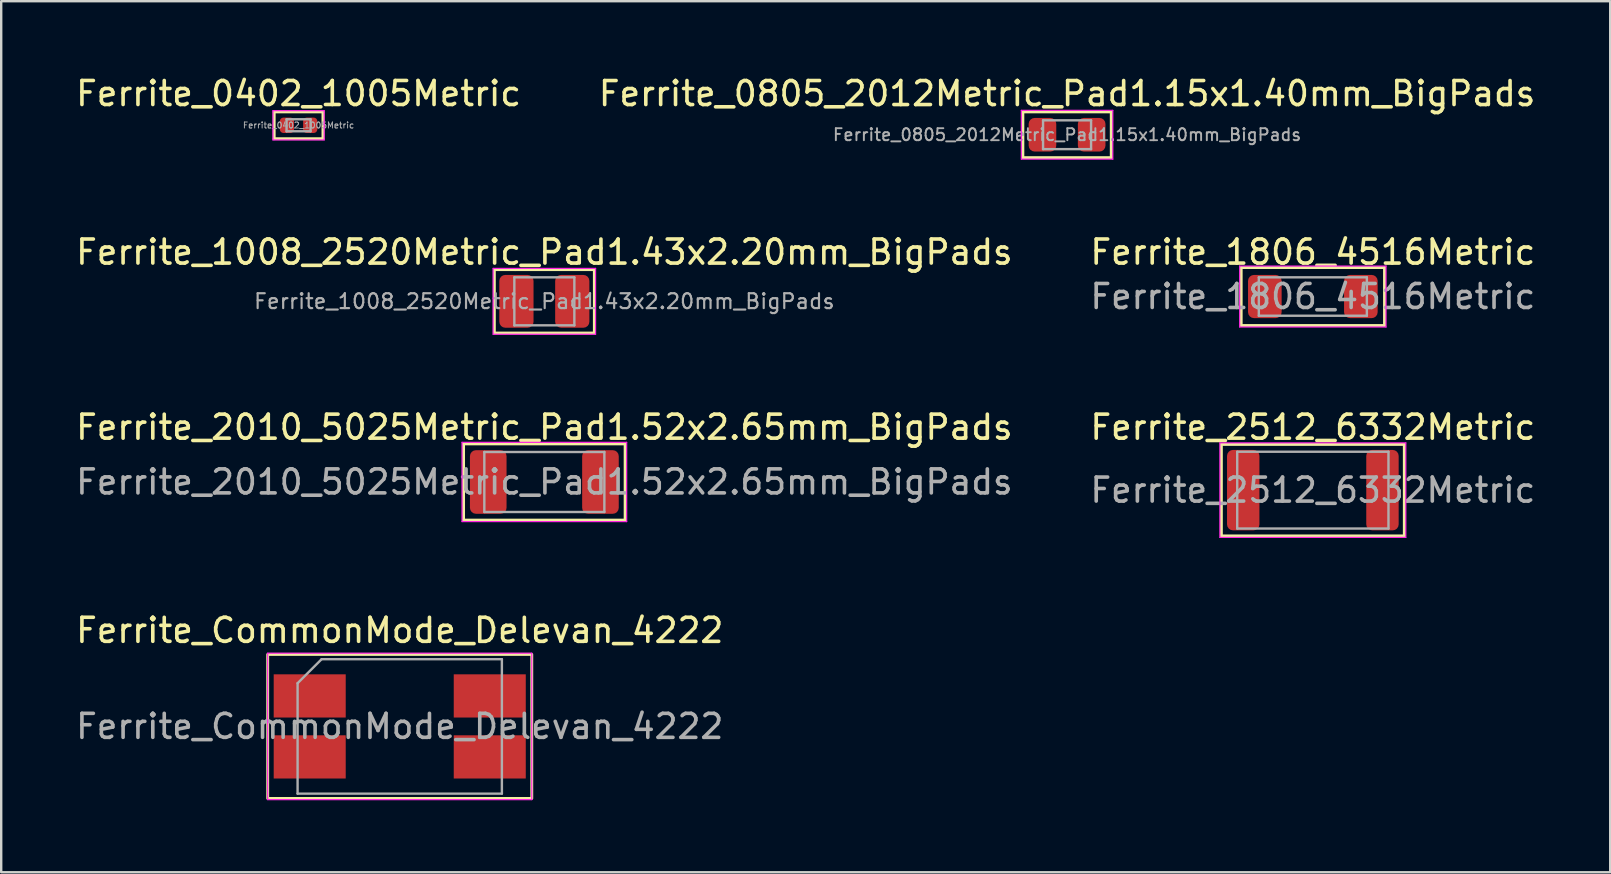
<source format=kicad_pcb>
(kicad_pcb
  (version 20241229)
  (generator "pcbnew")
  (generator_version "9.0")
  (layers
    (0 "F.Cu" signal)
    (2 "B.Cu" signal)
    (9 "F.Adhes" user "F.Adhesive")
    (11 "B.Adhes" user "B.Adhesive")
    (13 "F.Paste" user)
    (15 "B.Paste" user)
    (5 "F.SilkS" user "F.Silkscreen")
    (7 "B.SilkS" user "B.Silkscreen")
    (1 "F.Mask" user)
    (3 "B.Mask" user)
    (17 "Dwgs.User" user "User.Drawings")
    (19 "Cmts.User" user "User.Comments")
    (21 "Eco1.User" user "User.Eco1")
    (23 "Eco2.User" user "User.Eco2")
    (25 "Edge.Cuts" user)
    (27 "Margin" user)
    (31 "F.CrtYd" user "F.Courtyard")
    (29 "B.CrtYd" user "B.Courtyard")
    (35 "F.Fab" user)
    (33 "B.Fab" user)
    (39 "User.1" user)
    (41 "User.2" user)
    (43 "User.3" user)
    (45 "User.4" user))
  (footprint "Ferrite_1806_4516Metric"
    (layer "F.Cu")
    (at 51.637 9.302)
    (property "Reference" "Ferrite_1806_4516Metric" (at 0 -1.85 0) (layer "F.SilkS") (effects (font (size 1 1) (thickness 0.15))))
    (attr smd)
    (fp_line (start -2.985 -1.206) (end 2.985 -1.206) (stroke (width 0.12) (type solid)) (layer "F.SilkS"))
    (fp_line (start -2.985 1.206) (end -2.985 -1.206) (stroke (width 0.12) (type solid)) (layer "F.SilkS"))
    (fp_line (start 2.985 -1.206) (end 2.985 1.206) (stroke (width 0.12) (type solid)) (layer "F.SilkS"))
    (fp_line (start 2.985 1.206) (end -2.985 1.206) (stroke (width 0.12) (type solid)) (layer "F.SilkS"))
    (fp_line (start -3.048 -1.27) (end 3.048 -1.27) (stroke (width 0.05) (type solid)) (layer "F.CrtYd"))
    (fp_line (start -3.048 1.27) (end -3.048 -1.27) (stroke (width 0.05) (type solid)) (layer "F.CrtYd"))
    (fp_line (start 3.048 -1.27) (end 3.048 1.27) (stroke (width 0.05) (type solid)) (layer "F.CrtYd"))
    (fp_line (start 3.048 1.27) (end -3.048 1.27) (stroke (width 0.05) (type solid)) (layer "F.CrtYd"))
    (fp_line (start -2.25 -0.8) (end 2.25 -0.8) (stroke (width 0.1) (type solid)) (layer "F.Fab"))
    (fp_line (start -2.25 0.8) (end -2.25 -0.8) (stroke (width 0.1) (type solid)) (layer "F.Fab"))
    (fp_line (start 2.25 -0.8) (end 2.25 0.8) (stroke (width 0.1) (type solid)) (layer "F.Fab"))
    (fp_line (start 2.25 0.8) (end -2.25 0.8) (stroke (width 0.1) (type solid)) (layer "F.Fab"))
    (fp_text user "${REFERENCE}" (at 0 0 0) (layer "F.Fab") (effects (font (size 1 1) (thickness 0.15))))
    (pad "1" smd roundrect (at -2 0) (size 1.4 1.8) (layers "F.Cu" "F.Mask" "F.Paste") (roundrect_rratio 0.179))
    (pad "2" smd roundrect (at 2 0) (size 1.4 1.8) (layers "F.Cu" "F.Mask" "F.Paste") (roundrect_rratio 0.179)))
  (footprint "Ferrite_0805_2012Metric_Pad1.15x1.40mm_BigPads"
    (layer "F.Cu")
    (at 41.399 2.563)
    (property "Reference" "Ferrite_0805_2012Metric_Pad1.15x1.40mm_BigPads" (at 0 -1.714 0) (layer "F.SilkS") (effects (font (size 1 1) (thickness 0.15))))
    (attr smd)
    (fp_line (start -1.841 -0.953) (end 1.841 -0.953) (stroke (width 0.12) (type solid)) (layer "F.SilkS"))
    (fp_line (start -1.841 0.953) (end -1.841 -0.953) (stroke (width 0.12) (type solid)) (layer "F.SilkS"))
    (fp_line (start 1.841 -0.953) (end 1.841 0.953) (stroke (width 0.12) (type solid)) (layer "F.SilkS"))
    (fp_line (start 1.841 0.953) (end -1.841 0.953) (stroke (width 0.12) (type solid)) (layer "F.SilkS"))
    (fp_line (start -1.905 -1.016) (end 1.905 -1.016) (stroke (width 0.05) (type solid)) (layer "F.CrtYd"))
    (fp_line (start -1.905 1.016) (end -1.905 -1.016) (stroke (width 0.05) (type solid)) (layer "F.CrtYd"))
    (fp_line (start 1.905 -1.016) (end 1.905 1.016) (stroke (width 0.05) (type solid)) (layer "F.CrtYd"))
    (fp_line (start 1.905 1.016) (end -1.905 1.016) (stroke (width 0.05) (type solid)) (layer "F.CrtYd"))
    (fp_line (start -1 -0.6) (end 1 -0.6) (stroke (width 0.1) (type solid)) (layer "F.Fab"))
    (fp_line (start -1 0.6) (end -1 -0.6) (stroke (width 0.1) (type solid)) (layer "F.Fab"))
    (fp_line (start 1 -0.6) (end 1 0.6) (stroke (width 0.1) (type solid)) (layer "F.Fab"))
    (fp_line (start 1 0.6) (end -1 0.6) (stroke (width 0.1) (type solid)) (layer "F.Fab"))
    (fp_text user "${REFERENCE}" (at 0 0 0) (layer "F.Fab") (effects (font (size 0.5 0.5) (thickness 0.08))))
    (pad "1" smd roundrect (at -1.025 0) (size 1.15 1.4) (layers "F.Cu" "F.Mask" "F.Paste") (roundrect_rratio 0.217))
    (pad "2" smd roundrect (at 1.025 0) (size 1.15 1.4) (layers "F.Cu" "F.Mask" "F.Paste") (roundrect_rratio 0.217)))
  (footprint "Ferrite_0402_1005Metric"
    (layer "F.Cu")
    (at 9.387 2.169)
    (property "Reference" "Ferrite_0402_1005Metric" (at 0 -1.321 0) (layer "F.SilkS") (effects (font (size 1 1) (thickness 0.15))))
    (attr smd)
    (fp_line (start -1.016 -0.559) (end 1.016 -0.559) (stroke (width 0.12) (type solid)) (layer "F.SilkS"))
    (fp_line (start -1.016 0.559) (end -1.016 -0.559) (stroke (width 0.12) (type solid)) (layer "F.SilkS"))
    (fp_line (start 1.016 -0.559) (end 1.016 0.559) (stroke (width 0.12) (type solid)) (layer "F.SilkS"))
    (fp_line (start 1.016 0.559) (end -1.016 0.559) (stroke (width 0.12) (type solid)) (layer "F.SilkS"))
    (fp_line (start -1.067 -0.61) (end 1.067 -0.61) (stroke (width 0.05) (type solid)) (layer "F.CrtYd"))
    (fp_line (start -1.067 0.61) (end -1.067 -0.61) (stroke (width 0.05) (type solid)) (layer "F.CrtYd"))
    (fp_line (start 1.067 -0.61) (end 1.067 0.61) (stroke (width 0.05) (type solid)) (layer "F.CrtYd"))
    (fp_line (start 1.067 0.61) (end -1.067 0.61) (stroke (width 0.05) (type solid)) (layer "F.CrtYd"))
    (fp_line (start -0.5 -0.25) (end 0.5 -0.25) (stroke (width 0.1) (type solid)) (layer "F.Fab"))
    (fp_line (start -0.5 0.25) (end -0.5 -0.25) (stroke (width 0.1) (type solid)) (layer "F.Fab"))
    (fp_line (start 0.5 -0.25) (end 0.5 0.25) (stroke (width 0.1) (type solid)) (layer "F.Fab"))
    (fp_line (start 0.5 0.25) (end -0.5 0.25) (stroke (width 0.1) (type solid)) (layer "F.Fab"))
    (fp_text user "${REFERENCE}" (at 0 0 0) (layer "F.Fab") (effects (font (size 0.25 0.25) (thickness 0.04))))
    (pad "1" smd roundrect (at -0.485 0) (size 0.59 0.64) (layers "F.Cu" "F.Mask" "F.Paste") (roundrect_rratio 0.25))
    (pad "2" smd roundrect (at 0.485 0) (size 0.59 0.64) (layers "F.Cu" "F.Mask" "F.Paste") (roundrect_rratio 0.25)))
  (footprint "Ferrite_2512_6332Metric"
    (layer "F.Cu")
    (at 51.637 17.367)
    (property "Reference" "Ferrite_2512_6332Metric" (at 0 -2.62 0) (layer "F.SilkS") (effects (font (size 1 1) (thickness 0.15))))
    (attr smd)
    (fp_line (start -3.81 -1.905) (end 3.81 -1.905) (stroke (width 0.12) (type solid)) (layer "F.SilkS"))
    (fp_line (start -3.81 1.905) (end -3.81 -1.905) (stroke (width 0.12) (type solid)) (layer "F.SilkS"))
    (fp_line (start 3.81 -1.905) (end 3.81 1.905) (stroke (width 0.12) (type solid)) (layer "F.SilkS"))
    (fp_line (start 3.81 1.905) (end -3.81 1.905) (stroke (width 0.12) (type solid)) (layer "F.SilkS"))
    (fp_line (start -3.873 -1.968) (end 3.873 -1.968) (stroke (width 0.05) (type solid)) (layer "F.CrtYd"))
    (fp_line (start -3.873 1.968) (end -3.873 -1.968) (stroke (width 0.05) (type solid)) (layer "F.CrtYd"))
    (fp_line (start 3.873 -1.968) (end 3.873 1.968) (stroke (width 0.05) (type solid)) (layer "F.CrtYd"))
    (fp_line (start 3.873 1.968) (end -3.873 1.968) (stroke (width 0.05) (type solid)) (layer "F.CrtYd"))
    (fp_line (start -3.15 -1.6) (end 3.15 -1.6) (stroke (width 0.1) (type solid)) (layer "F.Fab"))
    (fp_line (start -3.15 1.6) (end -3.15 -1.6) (stroke (width 0.1) (type solid)) (layer "F.Fab"))
    (fp_line (start 3.15 -1.6) (end 3.15 1.6) (stroke (width 0.1) (type solid)) (layer "F.Fab"))
    (fp_line (start 3.15 1.6) (end -3.15 1.6) (stroke (width 0.1) (type solid)) (layer "F.Fab"))
    (fp_text user "${REFERENCE}" (at 0 0 0) (layer "F.Fab") (effects (font (size 1 1) (thickness 0.15))))
    (pad "1" smd roundrect (at -2.9 0) (size 1.35 3.35) (layers "F.Cu" "F.Mask" "F.Paste") (roundrect_rratio 0.185))
    (pad "2" smd roundrect (at 2.9 0) (size 1.35 3.35) (layers "F.Cu" "F.Mask" "F.Paste") (roundrect_rratio 0.185)))
  (footprint "Ferrite_CommonMode_Delevan_4222"
    (layer "F.Cu")
    (at 13.601 27.209)
    (property "Reference" "Ferrite_CommonMode_Delevan_4222" (at 0 -4 0) (layer "F.SilkS") (effects (font (size 1 1) (thickness 0.15))))
    (attr smd)
    (fp_rect (start -5.5 -3) (end 5.5 3) (stroke (width 0.12) (type solid)) (fill no) (layer "F.SilkS"))
    (fp_line (start -5.5 -3.05) (end 5.5 -3.05) (stroke (width 0.05) (type solid)) (layer "F.CrtYd"))
    (fp_line (start -5.5 3.05) (end -5.5 -3.05) (stroke (width 0.05) (type solid)) (layer "F.CrtYd"))
    (fp_line (start 5.5 -3.05) (end 5.5 3.05) (stroke (width 0.05) (type solid)) (layer "F.CrtYd"))
    (fp_line (start 5.5 3.05) (end -5.5 3.05) (stroke (width 0.05) (type solid)) (layer "F.CrtYd"))
    (fp_line (start -4.255 -1.8) (end -4.255 2.8) (stroke (width 0.1) (type solid)) (layer "F.Fab"))
    (fp_line (start -4.255 -1.8) (end -3.255 -2.8) (stroke (width 0.1) (type solid)) (layer "F.Fab"))
    (fp_line (start -3.255 -2.8) (end 4.255 -2.8) (stroke (width 0.1) (type solid)) (layer "F.Fab"))
    (fp_line (start 4.255 -2.8) (end 4.255 2.8) (stroke (width 0.1) (type solid)) (layer "F.Fab"))
    (fp_line (start 4.255 2.8) (end -4.255 2.8) (stroke (width 0.1) (type solid)) (layer "F.Fab"))
    (fp_text user "${REFERENCE}" (at 0 0 0) (layer "F.Fab") (effects (font (size 1 1) (thickness 0.15))))
    (pad "1" smd rect (at -3.75 -1.27) (size 3 1.8) (layers "F.Cu" "F.Mask" "F.Paste"))
    (pad "2" smd rect (at -3.75 1.27) (size 3 1.8) (layers "F.Cu" "F.Mask" "F.Paste"))
    (pad "3" smd rect (at 3.75 1.27) (size 3 1.8) (layers "F.Cu" "F.Mask" "F.Paste"))
    (pad "4" smd rect (at 3.75 -1.27) (size 3 1.8) (layers "F.Cu" "F.Mask" "F.Paste")))
  (footprint "Ferrite_2010_5025Metric_Pad1.52x2.65mm_BigPads"
    (layer "F.Cu")
    (at 19.625 17.027)
    (property "Reference" "Ferrite_2010_5025Metric_Pad1.52x2.65mm_BigPads" (at 0 -2.28 0) (layer "F.SilkS") (effects (font (size 1 1) (thickness 0.15))))
    (attr smd)
    (fp_line (start -3.365 -1.587) (end 3.365 -1.587) (stroke (width 0.12) (type solid)) (layer "F.SilkS"))
    (fp_line (start -3.365 1.587) (end -3.365 -1.587) (stroke (width 0.12) (type solid)) (layer "F.SilkS"))
    (fp_line (start 3.365 -1.587) (end 3.365 1.587) (stroke (width 0.12) (type solid)) (layer "F.SilkS"))
    (fp_line (start 3.365 1.587) (end -3.365 1.587) (stroke (width 0.12) (type solid)) (layer "F.SilkS"))
    (fp_line (start -3.429 -1.651) (end 3.429 -1.651) (stroke (width 0.05) (type solid)) (layer "F.CrtYd"))
    (fp_line (start -3.429 1.651) (end -3.429 -1.651) (stroke (width 0.05) (type solid)) (layer "F.CrtYd"))
    (fp_line (start 3.429 -1.651) (end 3.429 1.651) (stroke (width 0.05) (type solid)) (layer "F.CrtYd"))
    (fp_line (start 3.429 1.651) (end -3.429 1.651) (stroke (width 0.05) (type solid)) (layer "F.CrtYd"))
    (fp_line (start -2.5 -1.25) (end 2.5 -1.25) (stroke (width 0.1) (type solid)) (layer "F.Fab"))
    (fp_line (start -2.5 1.25) (end -2.5 -1.25) (stroke (width 0.1) (type solid)) (layer "F.Fab"))
    (fp_line (start 2.5 -1.25) (end 2.5 1.25) (stroke (width 0.1) (type solid)) (layer "F.Fab"))
    (fp_line (start 2.5 1.25) (end -2.5 1.25) (stroke (width 0.1) (type solid)) (layer "F.Fab"))
    (fp_text user "${REFERENCE}" (at 0 0 0) (layer "F.Fab") (effects (font (size 1 1) (thickness 0.15))))
    (pad "1" smd roundrect (at -2.337 0) (size 1.525 2.65) (layers "F.Cu" "F.Mask" "F.Paste") (roundrect_rratio 0.164))
    (pad "2" smd roundrect (at 2.337 0) (size 1.525 2.65) (layers "F.Cu" "F.Mask" "F.Paste") (roundrect_rratio 0.164)))
  (footprint "Ferrite_1008_2520Metric_Pad1.43x2.20mm_BigPads"
    (layer "F.Cu")
    (at 19.625 9.502)
    (property "Reference" "Ferrite_1008_2520Metric_Pad1.43x2.20mm_BigPads" (at 0 -2.05 0) (layer "F.SilkS") (effects (font (size 1 1) (thickness 0.15))))
    (attr smd)
    (fp_line (start -2.083 -1.321) (end -1.219 -1.321) (stroke (width 0.12) (type solid)) (layer "F.SilkS"))
    (fp_line (start -2.083 1.321) (end -2.083 -1.321) (stroke (width 0.12) (type solid)) (layer "F.SilkS"))
    (fp_line (start -1.219 -1.321) (end 2.083 -1.321) (stroke (width 0.12) (type solid)) (layer "F.SilkS"))
    (fp_line (start 2.083 -1.321) (end 2.083 1.321) (stroke (width 0.12) (type solid)) (layer "F.SilkS"))
    (fp_line (start 2.083 1.321) (end -2.083 1.321) (stroke (width 0.12) (type solid)) (layer "F.SilkS"))
    (fp_line (start -2.134 -1.372) (end 2.134 -1.372) (stroke (width 0.05) (type solid)) (layer "F.CrtYd"))
    (fp_line (start -2.134 1.372) (end -2.134 -1.372) (stroke (width 0.05) (type solid)) (layer "F.CrtYd"))
    (fp_line (start 2.134 -1.372) (end 2.134 1.372) (stroke (width 0.05) (type solid)) (layer "F.CrtYd"))
    (fp_line (start 2.134 1.372) (end -2.134 1.372) (stroke (width 0.05) (type solid)) (layer "F.CrtYd"))
    (fp_line (start -1.25 -1) (end 1.25 -1) (stroke (width 0.1) (type solid)) (layer "F.Fab"))
    (fp_line (start -1.25 1) (end -1.25 -1) (stroke (width 0.1) (type solid)) (layer "F.Fab"))
    (fp_line (start 1.25 -1) (end 1.25 1) (stroke (width 0.1) (type solid)) (layer "F.Fab"))
    (fp_line (start 1.25 1) (end -1.25 1) (stroke (width 0.1) (type solid)) (layer "F.Fab"))
    (fp_text user "${REFERENCE}" (at 0 0 0) (layer "F.Fab") (effects (font (size 0.62 0.62) (thickness 0.09))))
    (pad "1" smd roundrect (at -1.163 0) (size 1.425 2.2) (layers "F.Cu" "F.Mask" "F.Paste") (roundrect_rratio 0.175))
    (pad "2" smd roundrect (at 1.163 0) (size 1.425 2.2) (layers "F.Cu" "F.Mask" "F.Paste") (roundrect_rratio 0.175)))
  (gr_rect
    (start -3 -3)
    (end 64.024 33.284)
    (stroke (width 0.1) (type default))
    (fill no)
    (layer "Edge.Cuts")))
</source>
